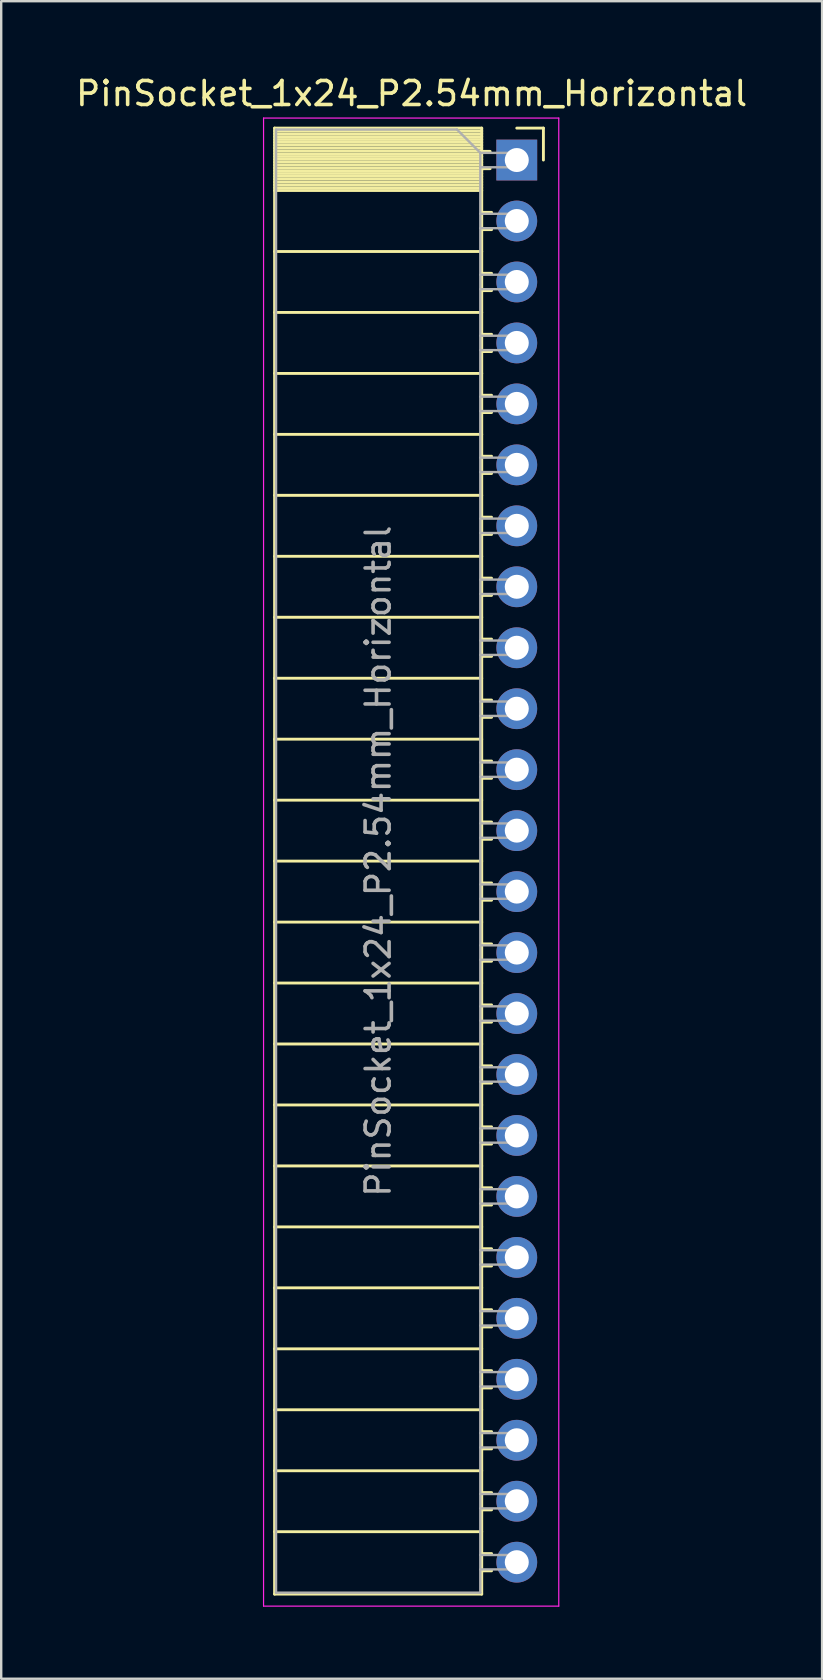
<source format=kicad_pcb>
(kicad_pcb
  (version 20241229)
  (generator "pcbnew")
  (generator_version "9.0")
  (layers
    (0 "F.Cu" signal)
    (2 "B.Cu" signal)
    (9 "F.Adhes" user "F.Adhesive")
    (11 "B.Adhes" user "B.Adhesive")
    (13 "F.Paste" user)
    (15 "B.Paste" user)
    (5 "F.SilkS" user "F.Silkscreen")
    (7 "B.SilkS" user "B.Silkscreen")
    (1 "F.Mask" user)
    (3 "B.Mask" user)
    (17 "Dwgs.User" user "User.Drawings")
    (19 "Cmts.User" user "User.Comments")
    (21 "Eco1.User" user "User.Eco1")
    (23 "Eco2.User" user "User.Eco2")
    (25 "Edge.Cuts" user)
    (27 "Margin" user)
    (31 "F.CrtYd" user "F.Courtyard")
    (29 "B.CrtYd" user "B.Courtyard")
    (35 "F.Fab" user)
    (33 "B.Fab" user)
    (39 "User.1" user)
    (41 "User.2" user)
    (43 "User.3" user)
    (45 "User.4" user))
  (footprint "PinSocket_1x24_P2.54mm_Horizontal"
    (layer "F.Cu")
    (at 18.481 3.618)
    (property "Reference" "PinSocket_1x24_P2.54mm_Horizontal" (at -4.38 -2.77 0) (layer "F.SilkS") (effects (font (size 1 1) (thickness 0.15))))
    (attr through_hole)
    (fp_line (start -10.09 -1.33) (end -10.09 59.75) (stroke (width 0.12) (type solid)) (layer "F.SilkS"))
    (fp_line (start -10.09 -1.33) (end -1.46 -1.33) (stroke (width 0.12) (type solid)) (layer "F.SilkS"))
    (fp_line (start -10.09 -1.21) (end -1.46 -1.21) (stroke (width 0.12) (type solid)) (layer "F.SilkS"))
    (fp_line (start -10.09 -1.092) (end -1.46 -1.092) (stroke (width 0.12) (type solid)) (layer "F.SilkS"))
    (fp_line (start -10.09 -0.974) (end -1.46 -0.974) (stroke (width 0.12) (type solid)) (layer "F.SilkS"))
    (fp_line (start -10.09 -0.856) (end -1.46 -0.856) (stroke (width 0.12) (type solid)) (layer "F.SilkS"))
    (fp_line (start -10.09 -0.738) (end -1.46 -0.738) (stroke (width 0.12) (type solid)) (layer "F.SilkS"))
    (fp_line (start -10.09 -0.62) (end -1.46 -0.62) (stroke (width 0.12) (type solid)) (layer "F.SilkS"))
    (fp_line (start -10.09 -0.501) (end -1.46 -0.501) (stroke (width 0.12) (type solid)) (layer "F.SilkS"))
    (fp_line (start -10.09 -0.383) (end -1.46 -0.383) (stroke (width 0.12) (type solid)) (layer "F.SilkS"))
    (fp_line (start -10.09 -0.265) (end -1.46 -0.265) (stroke (width 0.12) (type solid)) (layer "F.SilkS"))
    (fp_line (start -10.09 -0.147) (end -1.46 -0.147) (stroke (width 0.12) (type solid)) (layer "F.SilkS"))
    (fp_line (start -10.09 -0.029) (end -1.46 -0.029) (stroke (width 0.12) (type solid)) (layer "F.SilkS"))
    (fp_line (start -10.09 0.089) (end -1.46 0.089) (stroke (width 0.12) (type solid)) (layer "F.SilkS"))
    (fp_line (start -10.09 0.207) (end -1.46 0.207) (stroke (width 0.12) (type solid)) (layer "F.SilkS"))
    (fp_line (start -10.09 0.325) (end -1.46 0.325) (stroke (width 0.12) (type solid)) (layer "F.SilkS"))
    (fp_line (start -10.09 0.443) (end -1.46 0.443) (stroke (width 0.12) (type solid)) (layer "F.SilkS"))
    (fp_line (start -10.09 0.561) (end -1.46 0.561) (stroke (width 0.12) (type solid)) (layer "F.SilkS"))
    (fp_line (start -10.09 0.68) (end -1.46 0.68) (stroke (width 0.12) (type solid)) (layer "F.SilkS"))
    (fp_line (start -10.09 0.798) (end -1.46 0.798) (stroke (width 0.12) (type solid)) (layer "F.SilkS"))
    (fp_line (start -10.09 0.916) (end -1.46 0.916) (stroke (width 0.12) (type solid)) (layer "F.SilkS"))
    (fp_line (start -10.09 1.034) (end -1.46 1.034) (stroke (width 0.12) (type solid)) (layer "F.SilkS"))
    (fp_line (start -10.09 1.152) (end -1.46 1.152) (stroke (width 0.12) (type solid)) (layer "F.SilkS"))
    (fp_line (start -10.09 1.27) (end -1.46 1.27) (stroke (width 0.12) (type solid)) (layer "F.SilkS"))
    (fp_line (start -10.09 3.81) (end -1.46 3.81) (stroke (width 0.12) (type solid)) (layer "F.SilkS"))
    (fp_line (start -10.09 6.35) (end -1.46 6.35) (stroke (width 0.12) (type solid)) (layer "F.SilkS"))
    (fp_line (start -10.09 8.89) (end -1.46 8.89) (stroke (width 0.12) (type solid)) (layer "F.SilkS"))
    (fp_line (start -10.09 11.43) (end -1.46 11.43) (stroke (width 0.12) (type solid)) (layer "F.SilkS"))
    (fp_line (start -10.09 13.97) (end -1.46 13.97) (stroke (width 0.12) (type solid)) (layer "F.SilkS"))
    (fp_line (start -10.09 16.51) (end -1.46 16.51) (stroke (width 0.12) (type solid)) (layer "F.SilkS"))
    (fp_line (start -10.09 19.05) (end -1.46 19.05) (stroke (width 0.12) (type solid)) (layer "F.SilkS"))
    (fp_line (start -10.09 21.59) (end -1.46 21.59) (stroke (width 0.12) (type solid)) (layer "F.SilkS"))
    (fp_line (start -10.09 24.13) (end -1.46 24.13) (stroke (width 0.12) (type solid)) (layer "F.SilkS"))
    (fp_line (start -10.09 26.67) (end -1.46 26.67) (stroke (width 0.12) (type solid)) (layer "F.SilkS"))
    (fp_line (start -10.09 29.21) (end -1.46 29.21) (stroke (width 0.12) (type solid)) (layer "F.SilkS"))
    (fp_line (start -10.09 31.75) (end -1.46 31.75) (stroke (width 0.12) (type solid)) (layer "F.SilkS"))
    (fp_line (start -10.09 34.29) (end -1.46 34.29) (stroke (width 0.12) (type solid)) (layer "F.SilkS"))
    (fp_line (start -10.09 36.83) (end -1.46 36.83) (stroke (width 0.12) (type solid)) (layer "F.SilkS"))
    (fp_line (start -10.09 39.37) (end -1.46 39.37) (stroke (width 0.12) (type solid)) (layer "F.SilkS"))
    (fp_line (start -10.09 41.91) (end -1.46 41.91) (stroke (width 0.12) (type solid)) (layer "F.SilkS"))
    (fp_line (start -10.09 44.45) (end -1.46 44.45) (stroke (width 0.12) (type solid)) (layer "F.SilkS"))
    (fp_line (start -10.09 46.99) (end -1.46 46.99) (stroke (width 0.12) (type solid)) (layer "F.SilkS"))
    (fp_line (start -10.09 49.53) (end -1.46 49.53) (stroke (width 0.12) (type solid)) (layer "F.SilkS"))
    (fp_line (start -10.09 52.07) (end -1.46 52.07) (stroke (width 0.12) (type solid)) (layer "F.SilkS"))
    (fp_line (start -10.09 54.61) (end -1.46 54.61) (stroke (width 0.12) (type solid)) (layer "F.SilkS"))
    (fp_line (start -10.09 57.15) (end -1.46 57.15) (stroke (width 0.12) (type solid)) (layer "F.SilkS"))
    (fp_line (start -10.09 59.75) (end -1.46 59.75) (stroke (width 0.12) (type solid)) (layer "F.SilkS"))
    (fp_line (start -1.46 -1.33) (end -1.46 59.75) (stroke (width 0.12) (type solid)) (layer "F.SilkS"))
    (fp_line (start -1.46 -0.36) (end -1.11 -0.36) (stroke (width 0.12) (type solid)) (layer "F.SilkS"))
    (fp_line (start -1.46 0.36) (end -1.11 0.36) (stroke (width 0.12) (type solid)) (layer "F.SilkS"))
    (fp_line (start -1.46 2.18) (end -1.05 2.18) (stroke (width 0.12) (type solid)) (layer "F.SilkS"))
    (fp_line (start -1.46 2.9) (end -1.05 2.9) (stroke (width 0.12) (type solid)) (layer "F.SilkS"))
    (fp_line (start -1.46 4.72) (end -1.05 4.72) (stroke (width 0.12) (type solid)) (layer "F.SilkS"))
    (fp_line (start -1.46 5.44) (end -1.05 5.44) (stroke (width 0.12) (type solid)) (layer "F.SilkS"))
    (fp_line (start -1.46 7.26) (end -1.05 7.26) (stroke (width 0.12) (type solid)) (layer "F.SilkS"))
    (fp_line (start -1.46 7.98) (end -1.05 7.98) (stroke (width 0.12) (type solid)) (layer "F.SilkS"))
    (fp_line (start -1.46 9.8) (end -1.05 9.8) (stroke (width 0.12) (type solid)) (layer "F.SilkS"))
    (fp_line (start -1.46 10.52) (end -1.05 10.52) (stroke (width 0.12) (type solid)) (layer "F.SilkS"))
    (fp_line (start -1.46 12.34) (end -1.05 12.34) (stroke (width 0.12) (type solid)) (layer "F.SilkS"))
    (fp_line (start -1.46 13.06) (end -1.05 13.06) (stroke (width 0.12) (type solid)) (layer "F.SilkS"))
    (fp_line (start -1.46 14.88) (end -1.05 14.88) (stroke (width 0.12) (type solid)) (layer "F.SilkS"))
    (fp_line (start -1.46 15.6) (end -1.05 15.6) (stroke (width 0.12) (type solid)) (layer "F.SilkS"))
    (fp_line (start -1.46 17.42) (end -1.05 17.42) (stroke (width 0.12) (type solid)) (layer "F.SilkS"))
    (fp_line (start -1.46 18.14) (end -1.05 18.14) (stroke (width 0.12) (type solid)) (layer "F.SilkS"))
    (fp_line (start -1.46 19.96) (end -1.05 19.96) (stroke (width 0.12) (type solid)) (layer "F.SilkS"))
    (fp_line (start -1.46 20.68) (end -1.05 20.68) (stroke (width 0.12) (type solid)) (layer "F.SilkS"))
    (fp_line (start -1.46 22.5) (end -1.05 22.5) (stroke (width 0.12) (type solid)) (layer "F.SilkS"))
    (fp_line (start -1.46 23.22) (end -1.05 23.22) (stroke (width 0.12) (type solid)) (layer "F.SilkS"))
    (fp_line (start -1.46 25.04) (end -1.05 25.04) (stroke (width 0.12) (type solid)) (layer "F.SilkS"))
    (fp_line (start -1.46 25.76) (end -1.05 25.76) (stroke (width 0.12) (type solid)) (layer "F.SilkS"))
    (fp_line (start -1.46 27.58) (end -1.05 27.58) (stroke (width 0.12) (type solid)) (layer "F.SilkS"))
    (fp_line (start -1.46 28.3) (end -1.05 28.3) (stroke (width 0.12) (type solid)) (layer "F.SilkS"))
    (fp_line (start -1.46 30.12) (end -1.05 30.12) (stroke (width 0.12) (type solid)) (layer "F.SilkS"))
    (fp_line (start -1.46 30.84) (end -1.05 30.84) (stroke (width 0.12) (type solid)) (layer "F.SilkS"))
    (fp_line (start -1.46 32.66) (end -1.05 32.66) (stroke (width 0.12) (type solid)) (layer "F.SilkS"))
    (fp_line (start -1.46 33.38) (end -1.05 33.38) (stroke (width 0.12) (type solid)) (layer "F.SilkS"))
    (fp_line (start -1.46 35.2) (end -1.05 35.2) (stroke (width 0.12) (type solid)) (layer "F.SilkS"))
    (fp_line (start -1.46 35.92) (end -1.05 35.92) (stroke (width 0.12) (type solid)) (layer "F.SilkS"))
    (fp_line (start -1.46 37.74) (end -1.05 37.74) (stroke (width 0.12) (type solid)) (layer "F.SilkS"))
    (fp_line (start -1.46 38.46) (end -1.05 38.46) (stroke (width 0.12) (type solid)) (layer "F.SilkS"))
    (fp_line (start -1.46 40.28) (end -1.05 40.28) (stroke (width 0.12) (type solid)) (layer "F.SilkS"))
    (fp_line (start -1.46 41) (end -1.05 41) (stroke (width 0.12) (type solid)) (layer "F.SilkS"))
    (fp_line (start -1.46 42.82) (end -1.05 42.82) (stroke (width 0.12) (type solid)) (layer "F.SilkS"))
    (fp_line (start -1.46 43.54) (end -1.05 43.54) (stroke (width 0.12) (type solid)) (layer "F.SilkS"))
    (fp_line (start -1.46 45.36) (end -1.05 45.36) (stroke (width 0.12) (type solid)) (layer "F.SilkS"))
    (fp_line (start -1.46 46.08) (end -1.05 46.08) (stroke (width 0.12) (type solid)) (layer "F.SilkS"))
    (fp_line (start -1.46 47.9) (end -1.05 47.9) (stroke (width 0.12) (type solid)) (layer "F.SilkS"))
    (fp_line (start -1.46 48.62) (end -1.05 48.62) (stroke (width 0.12) (type solid)) (layer "F.SilkS"))
    (fp_line (start -1.46 50.44) (end -1.05 50.44) (stroke (width 0.12) (type solid)) (layer "F.SilkS"))
    (fp_line (start -1.46 51.16) (end -1.05 51.16) (stroke (width 0.12) (type solid)) (layer "F.SilkS"))
    (fp_line (start -1.46 52.98) (end -1.05 52.98) (stroke (width 0.12) (type solid)) (layer "F.SilkS"))
    (fp_line (start -1.46 53.7) (end -1.05 53.7) (stroke (width 0.12) (type solid)) (layer "F.SilkS"))
    (fp_line (start -1.46 55.52) (end -1.05 55.52) (stroke (width 0.12) (type solid)) (layer "F.SilkS"))
    (fp_line (start -1.46 56.24) (end -1.05 56.24) (stroke (width 0.12) (type solid)) (layer "F.SilkS"))
    (fp_line (start -1.46 58.06) (end -1.05 58.06) (stroke (width 0.12) (type solid)) (layer "F.SilkS"))
    (fp_line (start -1.46 58.78) (end -1.05 58.78) (stroke (width 0.12) (type solid)) (layer "F.SilkS"))
    (fp_line (start 0 -1.33) (end 1.11 -1.33) (stroke (width 0.12) (type solid)) (layer "F.SilkS"))
    (fp_line (start 1.11 -1.33) (end 1.11 0) (stroke (width 0.12) (type solid)) (layer "F.SilkS"))
    (fp_line (start -10.55 -1.75) (end -10.55 60.25) (stroke (width 0.05) (type solid)) (layer "F.CrtYd"))
    (fp_line (start -10.55 60.25) (end 1.75 60.25) (stroke (width 0.05) (type solid)) (layer "F.CrtYd"))
    (fp_line (start 1.75 -1.75) (end -10.55 -1.75) (stroke (width 0.05) (type solid)) (layer "F.CrtYd"))
    (fp_line (start 1.75 60.25) (end 1.75 -1.75) (stroke (width 0.05) (type solid)) (layer "F.CrtYd"))
    (fp_line (start -10.03 -1.27) (end -2.49 -1.27) (stroke (width 0.1) (type solid)) (layer "F.Fab"))
    (fp_line (start -10.03 59.69) (end -10.03 -1.27) (stroke (width 0.1) (type solid)) (layer "F.Fab"))
    (fp_line (start -2.49 -1.27) (end -1.52 -0.3) (stroke (width 0.1) (type solid)) (layer "F.Fab"))
    (fp_line (start -1.52 -0.3) (end -1.52 59.69) (stroke (width 0.1) (type solid)) (layer "F.Fab"))
    (fp_line (start -1.52 0.3) (end 0 0.3) (stroke (width 0.1) (type solid)) (layer "F.Fab"))
    (fp_line (start -1.52 2.84) (end 0 2.84) (stroke (width 0.1) (type solid)) (layer "F.Fab"))
    (fp_line (start -1.52 5.38) (end 0 5.38) (stroke (width 0.1) (type solid)) (layer "F.Fab"))
    (fp_line (start -1.52 7.92) (end 0 7.92) (stroke (width 0.1) (type solid)) (layer "F.Fab"))
    (fp_line (start -1.52 10.46) (end 0 10.46) (stroke (width 0.1) (type solid)) (layer "F.Fab"))
    (fp_line (start -1.52 13) (end 0 13) (stroke (width 0.1) (type solid)) (layer "F.Fab"))
    (fp_line (start -1.52 15.54) (end 0 15.54) (stroke (width 0.1) (type solid)) (layer "F.Fab"))
    (fp_line (start -1.52 18.08) (end 0 18.08) (stroke (width 0.1) (type solid)) (layer "F.Fab"))
    (fp_line (start -1.52 20.62) (end 0 20.62) (stroke (width 0.1) (type solid)) (layer "F.Fab"))
    (fp_line (start -1.52 23.16) (end 0 23.16) (stroke (width 0.1) (type solid)) (layer "F.Fab"))
    (fp_line (start -1.52 25.7) (end 0 25.7) (stroke (width 0.1) (type solid)) (layer "F.Fab"))
    (fp_line (start -1.52 28.24) (end 0 28.24) (stroke (width 0.1) (type solid)) (layer "F.Fab"))
    (fp_line (start -1.52 30.78) (end 0 30.78) (stroke (width 0.1) (type solid)) (layer "F.Fab"))
    (fp_line (start -1.52 33.32) (end 0 33.32) (stroke (width 0.1) (type solid)) (layer "F.Fab"))
    (fp_line (start -1.52 35.86) (end 0 35.86) (stroke (width 0.1) (type solid)) (layer "F.Fab"))
    (fp_line (start -1.52 38.4) (end 0 38.4) (stroke (width 0.1) (type solid)) (layer "F.Fab"))
    (fp_line (start -1.52 40.94) (end 0 40.94) (stroke (width 0.1) (type solid)) (layer "F.Fab"))
    (fp_line (start -1.52 43.48) (end 0 43.48) (stroke (width 0.1) (type solid)) (layer "F.Fab"))
    (fp_line (start -1.52 46.02) (end 0 46.02) (stroke (width 0.1) (type solid)) (layer "F.Fab"))
    (fp_line (start -1.52 48.56) (end 0 48.56) (stroke (width 0.1) (type solid)) (layer "F.Fab"))
    (fp_line (start -1.52 51.1) (end 0 51.1) (stroke (width 0.1) (type solid)) (layer "F.Fab"))
    (fp_line (start -1.52 53.64) (end 0 53.64) (stroke (width 0.1) (type solid)) (layer "F.Fab"))
    (fp_line (start -1.52 56.18) (end 0 56.18) (stroke (width 0.1) (type solid)) (layer "F.Fab"))
    (fp_line (start -1.52 58.72) (end 0 58.72) (stroke (width 0.1) (type solid)) (layer "F.Fab"))
    (fp_line (start -1.52 59.69) (end -10.03 59.69) (stroke (width 0.1) (type solid)) (layer "F.Fab"))
    (fp_line (start 0 -0.3) (end -1.52 -0.3) (stroke (width 0.1) (type solid)) (layer "F.Fab"))
    (fp_line (start 0 0.3) (end 0 -0.3) (stroke (width 0.1) (type solid)) (layer "F.Fab"))
    (fp_line (start 0 2.24) (end -1.52 2.24) (stroke (width 0.1) (type solid)) (layer "F.Fab"))
    (fp_line (start 0 2.84) (end 0 2.24) (stroke (width 0.1) (type solid)) (layer "F.Fab"))
    (fp_line (start 0 4.78) (end -1.52 4.78) (stroke (width 0.1) (type solid)) (layer "F.Fab"))
    (fp_line (start 0 5.38) (end 0 4.78) (stroke (width 0.1) (type solid)) (layer "F.Fab"))
    (fp_line (start 0 7.32) (end -1.52 7.32) (stroke (width 0.1) (type solid)) (layer "F.Fab"))
    (fp_line (start 0 7.92) (end 0 7.32) (stroke (width 0.1) (type solid)) (layer "F.Fab"))
    (fp_line (start 0 9.86) (end -1.52 9.86) (stroke (width 0.1) (type solid)) (layer "F.Fab"))
    (fp_line (start 0 10.46) (end 0 9.86) (stroke (width 0.1) (type solid)) (layer "F.Fab"))
    (fp_line (start 0 12.4) (end -1.52 12.4) (stroke (width 0.1) (type solid)) (layer "F.Fab"))
    (fp_line (start 0 13) (end 0 12.4) (stroke (width 0.1) (type solid)) (layer "F.Fab"))
    (fp_line (start 0 14.94) (end -1.52 14.94) (stroke (width 0.1) (type solid)) (layer "F.Fab"))
    (fp_line (start 0 15.54) (end 0 14.94) (stroke (width 0.1) (type solid)) (layer "F.Fab"))
    (fp_line (start 0 17.48) (end -1.52 17.48) (stroke (width 0.1) (type solid)) (layer "F.Fab"))
    (fp_line (start 0 18.08) (end 0 17.48) (stroke (width 0.1) (type solid)) (layer "F.Fab"))
    (fp_line (start 0 20.02) (end -1.52 20.02) (stroke (width 0.1) (type solid)) (layer "F.Fab"))
    (fp_line (start 0 20.62) (end 0 20.02) (stroke (width 0.1) (type solid)) (layer "F.Fab"))
    (fp_line (start 0 22.56) (end -1.52 22.56) (stroke (width 0.1) (type solid)) (layer "F.Fab"))
    (fp_line (start 0 23.16) (end 0 22.56) (stroke (width 0.1) (type solid)) (layer "F.Fab"))
    (fp_line (start 0 25.1) (end -1.52 25.1) (stroke (width 0.1) (type solid)) (layer "F.Fab"))
    (fp_line (start 0 25.7) (end 0 25.1) (stroke (width 0.1) (type solid)) (layer "F.Fab"))
    (fp_line (start 0 27.64) (end -1.52 27.64) (stroke (width 0.1) (type solid)) (layer "F.Fab"))
    (fp_line (start 0 28.24) (end 0 27.64) (stroke (width 0.1) (type solid)) (layer "F.Fab"))
    (fp_line (start 0 30.18) (end -1.52 30.18) (stroke (width 0.1) (type solid)) (layer "F.Fab"))
    (fp_line (start 0 30.78) (end 0 30.18) (stroke (width 0.1) (type solid)) (layer "F.Fab"))
    (fp_line (start 0 32.72) (end -1.52 32.72) (stroke (width 0.1) (type solid)) (layer "F.Fab"))
    (fp_line (start 0 33.32) (end 0 32.72) (stroke (width 0.1) (type solid)) (layer "F.Fab"))
    (fp_line (start 0 35.26) (end -1.52 35.26) (stroke (width 0.1) (type solid)) (layer "F.Fab"))
    (fp_line (start 0 35.86) (end 0 35.26) (stroke (width 0.1) (type solid)) (layer "F.Fab"))
    (fp_line (start 0 37.8) (end -1.52 37.8) (stroke (width 0.1) (type solid)) (layer "F.Fab"))
    (fp_line (start 0 38.4) (end 0 37.8) (stroke (width 0.1) (type solid)) (layer "F.Fab"))
    (fp_line (start 0 40.34) (end -1.52 40.34) (stroke (width 0.1) (type solid)) (layer "F.Fab"))
    (fp_line (start 0 40.94) (end 0 40.34) (stroke (width 0.1) (type solid)) (layer "F.Fab"))
    (fp_line (start 0 42.88) (end -1.52 42.88) (stroke (width 0.1) (type solid)) (layer "F.Fab"))
    (fp_line (start 0 43.48) (end 0 42.88) (stroke (width 0.1) (type solid)) (layer "F.Fab"))
    (fp_line (start 0 45.42) (end -1.52 45.42) (stroke (width 0.1) (type solid)) (layer "F.Fab"))
    (fp_line (start 0 46.02) (end 0 45.42) (stroke (width 0.1) (type solid)) (layer "F.Fab"))
    (fp_line (start 0 47.96) (end -1.52 47.96) (stroke (width 0.1) (type solid)) (layer "F.Fab"))
    (fp_line (start 0 48.56) (end 0 47.96) (stroke (width 0.1) (type solid)) (layer "F.Fab"))
    (fp_line (start 0 50.5) (end -1.52 50.5) (stroke (width 0.1) (type solid)) (layer "F.Fab"))
    (fp_line (start 0 51.1) (end 0 50.5) (stroke (width 0.1) (type solid)) (layer "F.Fab"))
    (fp_line (start 0 53.04) (end -1.52 53.04) (stroke (width 0.1) (type solid)) (layer "F.Fab"))
    (fp_line (start 0 53.64) (end 0 53.04) (stroke (width 0.1) (type solid)) (layer "F.Fab"))
    (fp_line (start 0 55.58) (end -1.52 55.58) (stroke (width 0.1) (type solid)) (layer "F.Fab"))
    (fp_line (start 0 56.18) (end 0 55.58) (stroke (width 0.1) (type solid)) (layer "F.Fab"))
    (fp_line (start 0 58.12) (end -1.52 58.12) (stroke (width 0.1) (type solid)) (layer "F.Fab"))
    (fp_line (start 0 58.72) (end 0 58.12) (stroke (width 0.1) (type solid)) (layer "F.Fab"))
    (fp_text user "${REFERENCE}" (at -5.775 29.21 90) (layer "F.Fab") (effects (font (size 1 1) (thickness 0.15))))
    (pad "1" thru_hole rect (at 0 0) (size 1.7 1.7) (drill 1) (layers "*.Cu" "*.Mask"))
    (pad "2" thru_hole oval (at 0 2.54) (size 1.7 1.7) (drill 1) (layers "*.Cu" "*.Mask"))
    (pad "3" thru_hole oval (at 0 5.08) (size 1.7 1.7) (drill 1) (layers "*.Cu" "*.Mask"))
    (pad "4" thru_hole oval (at 0 7.62) (size 1.7 1.7) (drill 1) (layers "*.Cu" "*.Mask"))
    (pad "5" thru_hole oval (at 0 10.16) (size 1.7 1.7) (drill 1) (layers "*.Cu" "*.Mask"))
    (pad "6" thru_hole oval (at 0 12.7) (size 1.7 1.7) (drill 1) (layers "*.Cu" "*.Mask"))
    (pad "7" thru_hole oval (at 0 15.24) (size 1.7 1.7) (drill 1) (layers "*.Cu" "*.Mask"))
    (pad "8" thru_hole oval (at 0 17.78) (size 1.7 1.7) (drill 1) (layers "*.Cu" "*.Mask"))
    (pad "9" thru_hole oval (at 0 20.32) (size 1.7 1.7) (drill 1) (layers "*.Cu" "*.Mask"))
    (pad "10" thru_hole oval (at 0 22.86) (size 1.7 1.7) (drill 1) (layers "*.Cu" "*.Mask"))
    (pad "11" thru_hole oval (at 0 25.4) (size 1.7 1.7) (drill 1) (layers "*.Cu" "*.Mask"))
    (pad "12" thru_hole oval (at 0 27.94) (size 1.7 1.7) (drill 1) (layers "*.Cu" "*.Mask"))
    (pad "13" thru_hole oval (at 0 30.48) (size 1.7 1.7) (drill 1) (layers "*.Cu" "*.Mask"))
    (pad "14" thru_hole oval (at 0 33.02) (size 1.7 1.7) (drill 1) (layers "*.Cu" "*.Mask"))
    (pad "15" thru_hole oval (at 0 35.56) (size 1.7 1.7) (drill 1) (layers "*.Cu" "*.Mask"))
    (pad "16" thru_hole oval (at 0 38.1) (size 1.7 1.7) (drill 1) (layers "*.Cu" "*.Mask"))
    (pad "17" thru_hole oval (at 0 40.64) (size 1.7 1.7) (drill 1) (layers "*.Cu" "*.Mask"))
    (pad "18" thru_hole oval (at 0 43.18) (size 1.7 1.7) (drill 1) (layers "*.Cu" "*.Mask"))
    (pad "19" thru_hole oval (at 0 45.72) (size 1.7 1.7) (drill 1) (layers "*.Cu" "*.Mask"))
    (pad "20" thru_hole oval (at 0 48.26) (size 1.7 1.7) (drill 1) (layers "*.Cu" "*.Mask"))
    (pad "21" thru_hole oval (at 0 50.8) (size 1.7 1.7) (drill 1) (layers "*.Cu" "*.Mask"))
    (pad "22" thru_hole oval (at 0 53.34) (size 1.7 1.7) (drill 1) (layers "*.Cu" "*.Mask"))
    (pad "23" thru_hole oval (at 0 55.88) (size 1.7 1.7) (drill 1) (layers "*.Cu" "*.Mask"))
    (pad "24" thru_hole oval (at 0 58.42) (size 1.7 1.7) (drill 1) (layers "*.Cu" "*.Mask")))
  (gr_rect
    (start -3 -3)
    (end 31.202 66.893)
    (stroke (width 0.1) (type default))
    (fill no)
    (layer "Edge.Cuts")))
</source>
